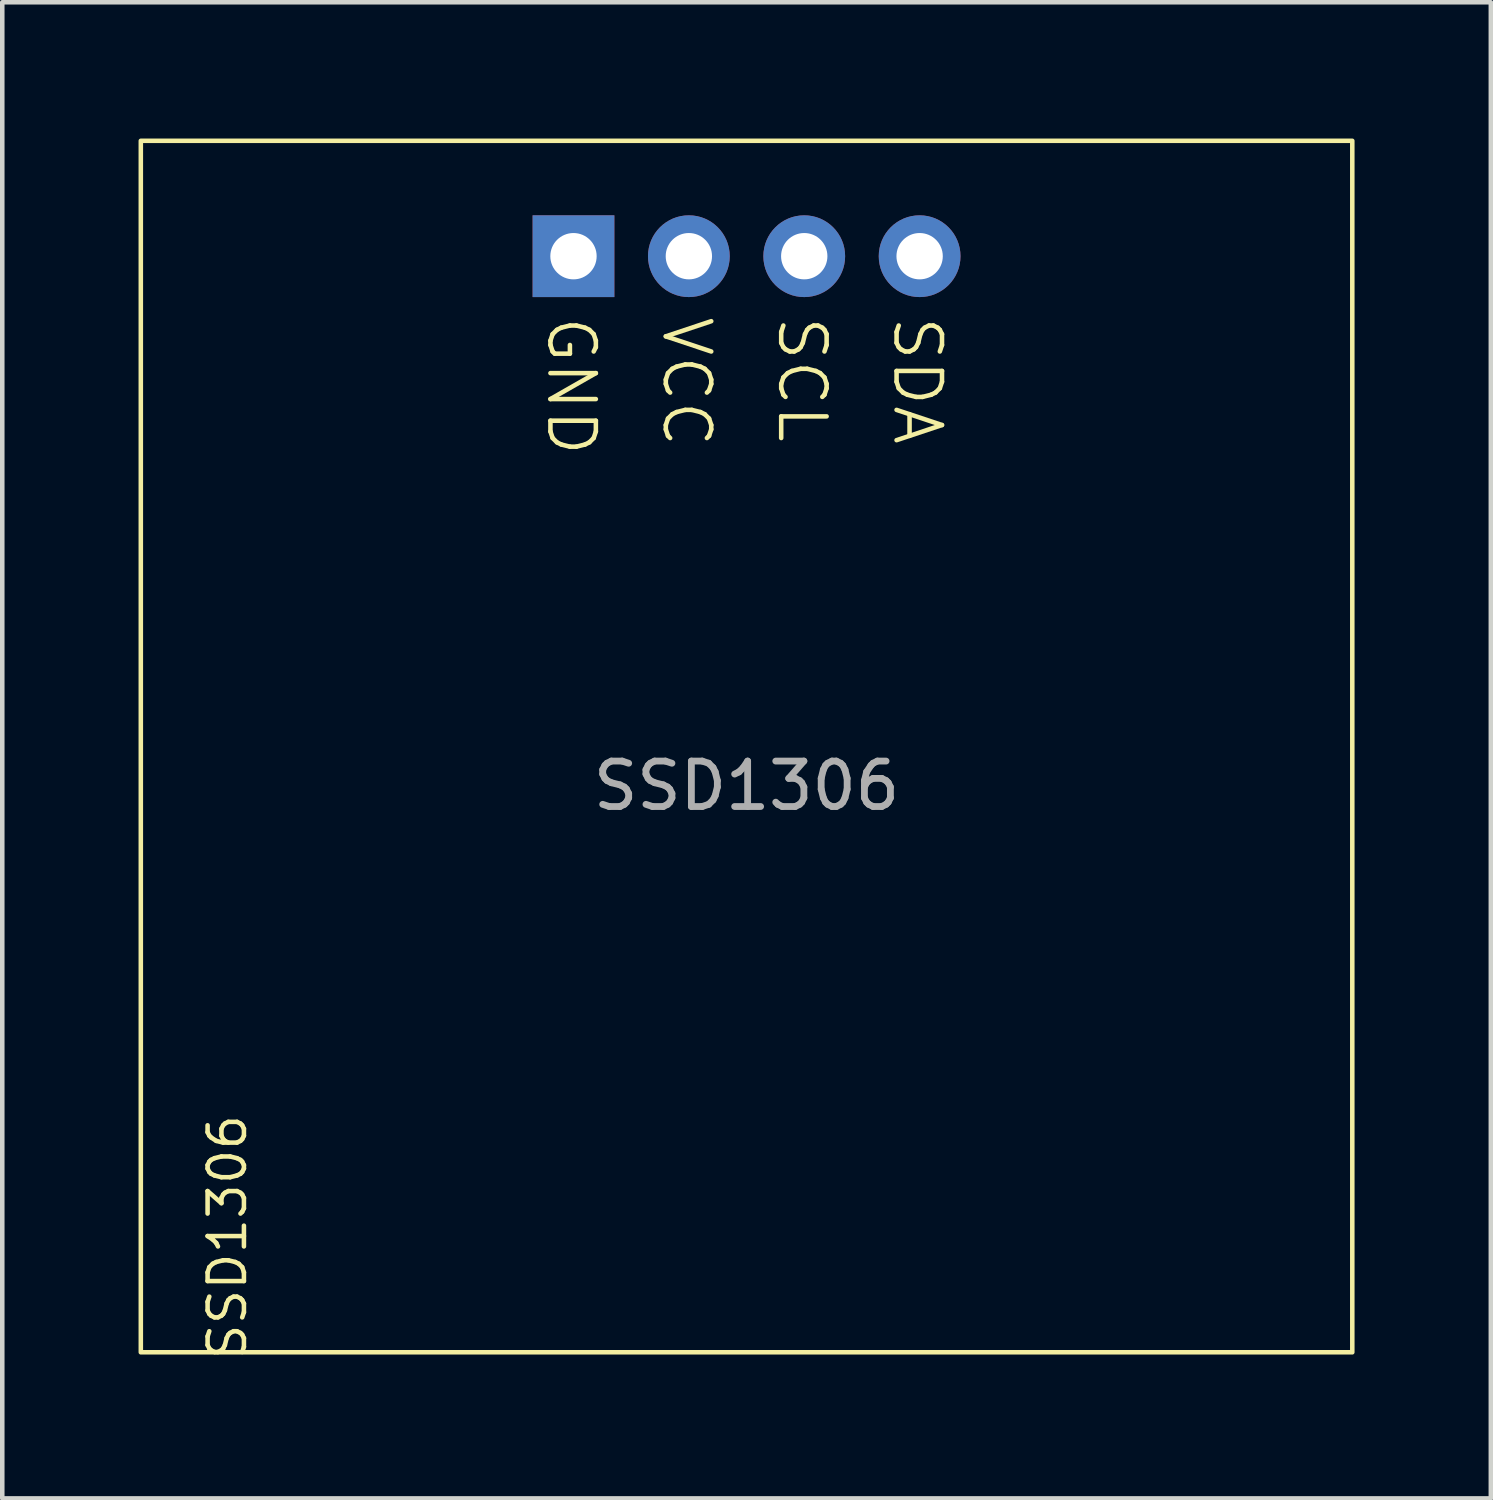
<source format=kicad_pcb>
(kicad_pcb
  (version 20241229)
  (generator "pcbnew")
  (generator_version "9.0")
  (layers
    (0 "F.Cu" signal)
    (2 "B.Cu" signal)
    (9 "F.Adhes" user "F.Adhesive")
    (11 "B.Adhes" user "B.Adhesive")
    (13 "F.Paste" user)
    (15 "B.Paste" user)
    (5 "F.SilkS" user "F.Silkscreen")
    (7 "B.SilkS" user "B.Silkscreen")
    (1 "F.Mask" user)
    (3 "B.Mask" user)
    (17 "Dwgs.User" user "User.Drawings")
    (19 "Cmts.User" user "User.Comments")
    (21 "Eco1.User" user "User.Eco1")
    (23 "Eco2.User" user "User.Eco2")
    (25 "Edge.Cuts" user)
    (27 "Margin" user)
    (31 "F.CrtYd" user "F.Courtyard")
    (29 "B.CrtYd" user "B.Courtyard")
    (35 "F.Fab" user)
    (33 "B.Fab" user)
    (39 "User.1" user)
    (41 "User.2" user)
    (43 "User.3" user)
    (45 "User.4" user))
  (footprint "SSD1306"
    (layer "F.Cu")
    (at 13.385 7.67)
    (property "Reference" "SSD1306" (at -11.43 16.51 90) (unlocked yes) (layer "F.SilkS") (effects (font (size 0.8 0.8) (thickness 0.1))))
    (attr through_hole)
    (fp_rect (start -13.335 -7.62) (end 13.335 19.05) (stroke (width 0.1) (type default)) (fill no) (layer "F.SilkS"))
    (fp_text user "SDA" (at 3.175 -3.81 270) (unlocked yes) (layer "F.SilkS") (effects (font (size 1 1) (thickness 0.1)) (justify left bottom)))
    (fp_text user "VCC" (at -1.905 -3.81 270) (unlocked yes) (layer "F.SilkS") (effects (font (size 1 1) (thickness 0.1)) (justify left bottom)))
    (fp_text user "GND" (at -4.445 -3.81 270) (unlocked yes) (layer "F.SilkS") (effects (font (size 1 1) (thickness 0.1)) (justify left bottom)))
    (fp_text user "SCL" (at 0.635 -3.81 270) (unlocked yes) (layer "F.SilkS") (effects (font (size 1 1) (thickness 0.1)) (justify left bottom)))
    (fp_text user "${REFERENCE}" (at 0 6.58 0) (unlocked yes) (layer "F.Fab") (effects (font (size 1 1) (thickness 0.15))))
    (pad "1" thru_hole rect (at -3.81 -5.08) (size 1.8 1.8) (drill 1.02) (layers "*.Cu" "*.Mask"))
    (pad "2" thru_hole circle (at -1.27 -5.08) (size 1.8 1.8) (drill 1.02) (layers "*.Cu" "*.Mask"))
    (pad "3" thru_hole circle (at 1.27 -5.08) (size 1.8 1.8) (drill 1.02) (layers "*.Cu" "*.Mask"))
    (pad "4" thru_hole circle (at 3.81 -5.08) (size 1.8 1.8) (drill 1.02) (layers "*.Cu" "*.Mask"))
    (zone (net_name "") (layer "F.SilkS") (hatch edge 0.5) (connect_pads) (min_thickness 0.25) (filled_areas_thickness no) (keepout (tracks allowed) (vias allowed) (pads not_allowed) (copperpour allowed) (footprints not_allowed)) (placement (enabled no)) (fill) (polygon (pts (xy 0.05 0.05) (xy 26.72 0.05) (xy 26.72 26.72) (xy 0.05 26.72)))))
  (gr_rect
    (start -3 -3)
    (end 29.77 29.936)
    (stroke (width 0.1) (type default))
    (fill no)
    (layer "Edge.Cuts")))
</source>
